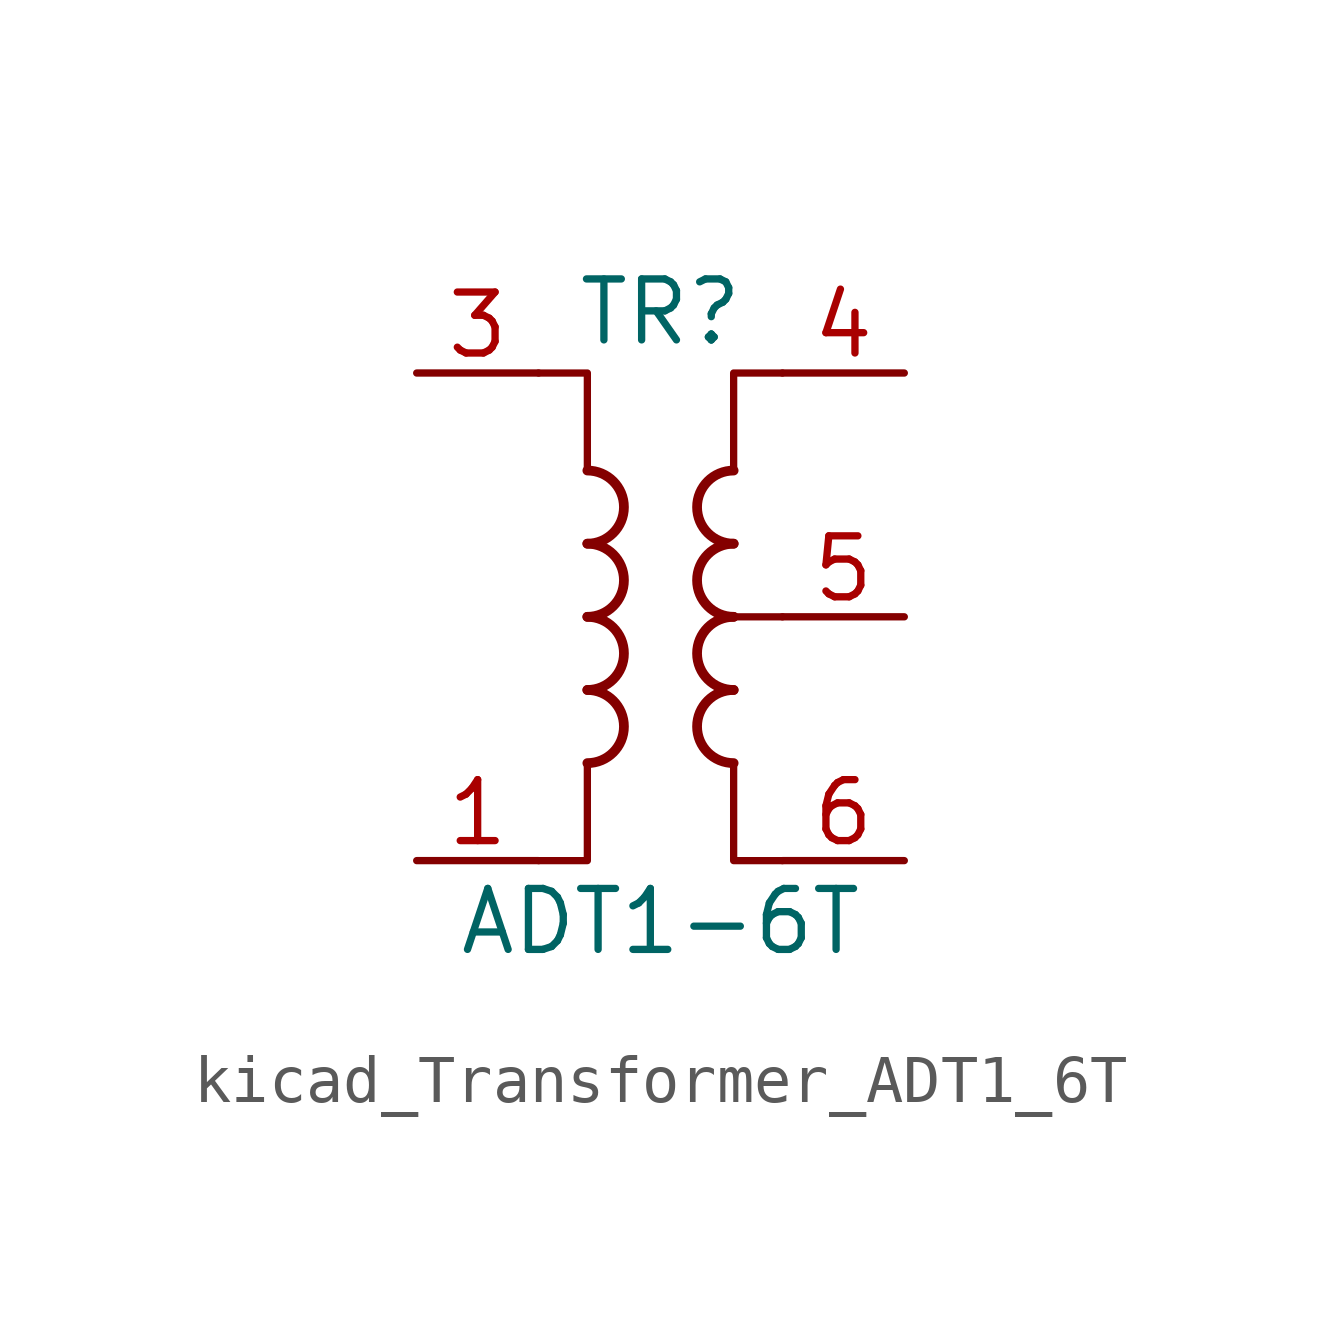
<source format=kicad_sym>
(kicad_symbol_lib
  (version 20220914)
  (generator kicad_symbol_editor)
  (symbol "kicad_Transformer_ADT1_6T"
    (pin_names hide)
    (property "Reference" "TR"
      (at 0 6.35 0)
      (effects (font (size 1.27 1.27))))
    (property "Value" "ADT1-6T"
      (at 0 -6.35 0)
      (effects (font (size 1.27 1.27))))
    (symbol "kicad_Transformer_ADT1_6T_0_1"
      (arc (start -1.524 -3.048) (mid -0.7653 -2.286) (end -1.524 -1.524) (stroke (width 0.2032) (type default)) (fill (type none)))
      (arc (start -1.524 -1.524) (mid -0.7653 -0.762) (end -1.524 0) (stroke (width 0.2032) (type default)) (fill (type none)))
      (arc (start -1.524 0) (mid -0.7653 0.762) (end -1.524 1.524) (stroke (width 0.2032) (type default)) (fill (type none)))
      (arc (start -1.524 1.524) (mid -0.7653 2.286) (end -1.524 3.048) (stroke (width 0.2032) (type default)) (fill (type none)))
      (polyline (pts (xy 2.54 0) (xy 1.27 0)) (stroke (width 0.152) (type default)) (fill (type none)))
      (polyline (pts (xy -2.54 5.08) (xy -1.524 5.08) (xy -1.524 3.048) (xy -1.524 3.048)) (stroke (width 0.152) (type default)) (fill (type none)))
      (polyline (pts (xy -1.524 -3.048) (xy -1.524 -5.08) (xy -2.54 -5.08) (xy -2.54 -5.08)) (stroke (width 0.152) (type default)) (fill (type none)))
      (polyline (pts (xy 1.524 3.048) (xy 1.524 5.08) (xy 2.54 5.08) (xy 2.54 5.08)) (stroke (width 0.152) (type default)) (fill (type none)))
      (polyline (pts (xy 2.54 -5.08) (xy 1.524 -5.08) (xy 1.524 -3.048) (xy 1.524 -3.048)) (stroke (width 0.152) (type default)) (fill (type none)))
      (arc (start 1.524 -1.524) (mid 0.7653 -2.286) (end 1.524 -3.048) (stroke (width 0.2032) (type default)) (fill (type none)))
      (arc (start 1.524 0) (mid 0.7653 -0.762) (end 1.524 -1.524) (stroke (width 0.2032) (type default)) (fill (type none)))
      (arc (start 1.524 1.524) (mid 0.7653 0.762) (end 1.524 0) (stroke (width 0.2032) (type default)) (fill (type none)))
      (arc (start 1.524 3.048) (mid 0.7653 2.286) (end 1.524 1.524) (stroke (width 0.2032) (type default)) (fill (type none))))
    (symbol "kicad_Transformer_ADT1_6T_1_1"
      (pin passive line (at -5.08 -5.08 0) (length 2.54) (name "~" (effects (font (size 1.27 1.27)))) (number "1" (effects (font (size 1.27 1.27)))))
      (pin passive line (at -5.08 5.08 0) (length 2.54) (name "~" (effects (font (size 1.27 1.27)))) (number "3" (effects (font (size 1.27 1.27)))))
      (pin passive line (at 5.08 5.08 180) (length 2.54) (name "~" (effects (font (size 1.27 1.27)))) (number "4" (effects (font (size 1.27 1.27)))))
      (pin passive line (at 5.08 0 180) (length 2.54) (name "~" (effects (font (size 1.27 1.27)))) (number "5" (effects (font (size 1.27 1.27)))))
      (pin passive line (at 5.08 -5.08 180) (length 2.54) (name "~" (effects (font (size 1.27 1.27)))) (number "6" (effects (font (size 1.27 1.27))))))))
</source>
